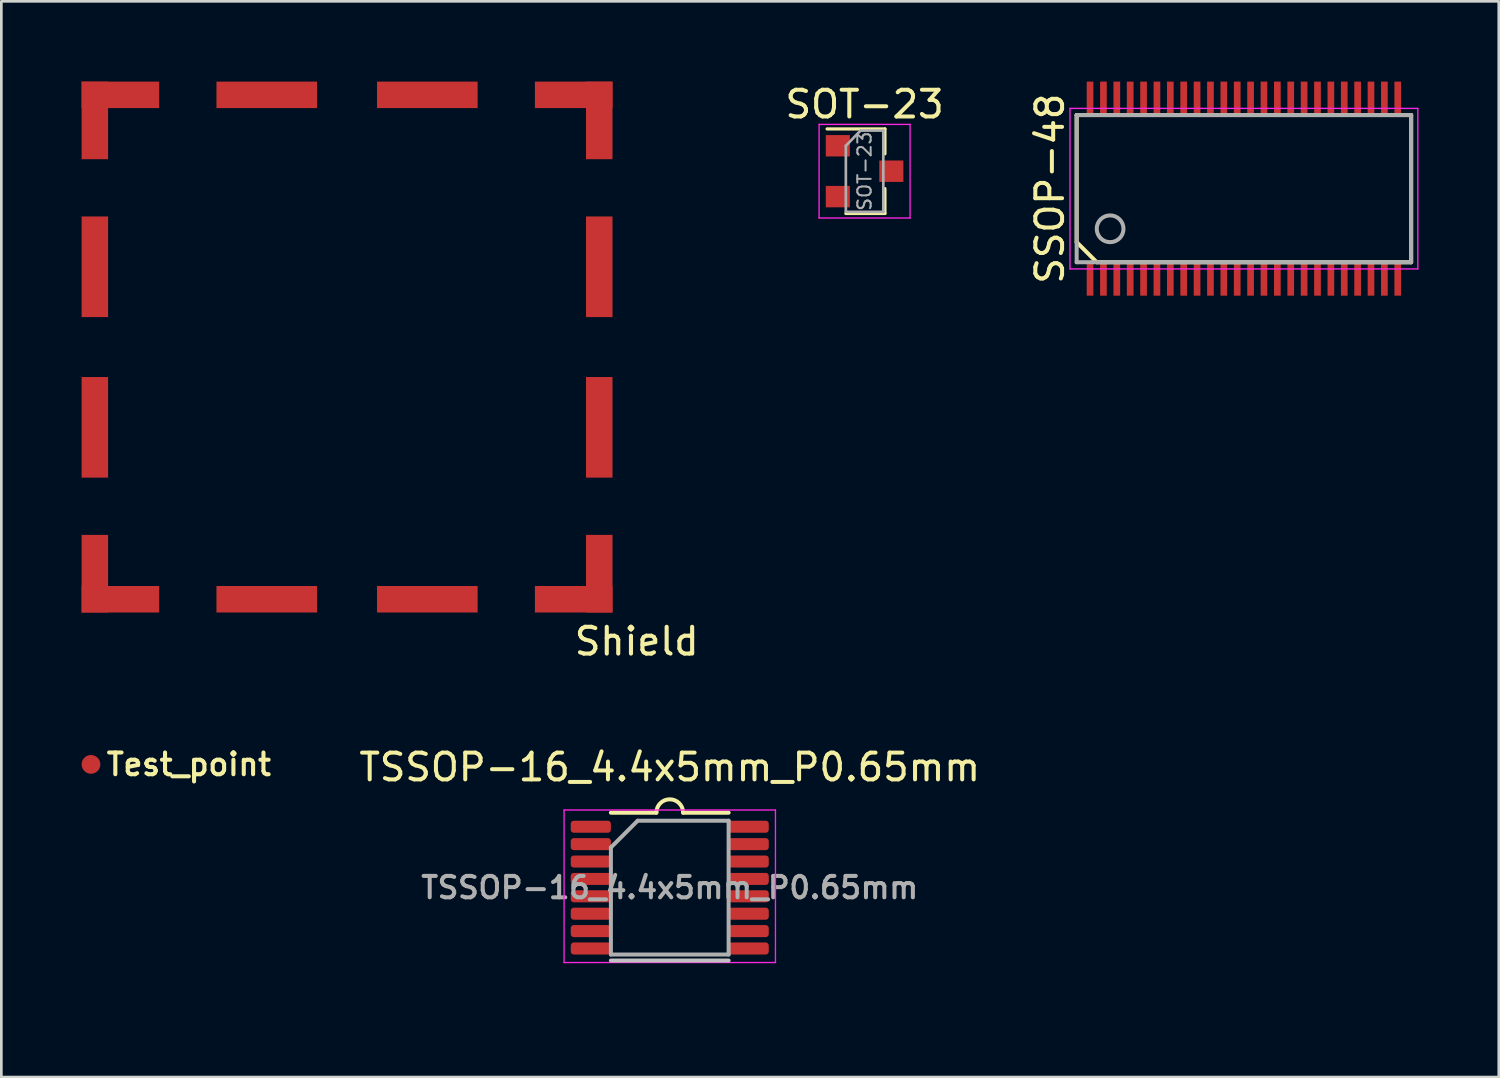
<source format=kicad_pcb>
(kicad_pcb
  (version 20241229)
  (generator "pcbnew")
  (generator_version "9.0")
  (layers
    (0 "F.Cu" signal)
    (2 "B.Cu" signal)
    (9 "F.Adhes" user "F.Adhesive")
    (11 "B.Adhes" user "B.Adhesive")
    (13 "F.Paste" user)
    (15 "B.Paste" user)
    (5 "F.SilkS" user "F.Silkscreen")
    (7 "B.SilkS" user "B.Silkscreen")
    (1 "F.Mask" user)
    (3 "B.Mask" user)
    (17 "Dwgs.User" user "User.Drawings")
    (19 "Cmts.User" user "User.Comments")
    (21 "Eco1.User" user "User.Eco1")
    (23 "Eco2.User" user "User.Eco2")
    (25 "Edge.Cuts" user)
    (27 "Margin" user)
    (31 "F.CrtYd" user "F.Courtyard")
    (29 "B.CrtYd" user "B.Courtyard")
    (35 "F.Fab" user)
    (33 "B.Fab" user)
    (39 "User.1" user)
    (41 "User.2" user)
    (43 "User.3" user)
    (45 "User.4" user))
  (footprint "TSSOP-16_4.4x5mm_P0.65mm"
    (layer "F.Cu")
    (at 21.98 30.122)
    (property "Reference" "TSSOP-16_4.4x5mm_P0.65mm" (at 0 -4.5 0) (layer "F.SilkS") (effects (font (size 1 1) (thickness 0.15))))
    (attr smd)
    (fp_line (start -2.2 -2.8) (end -0.5 -2.8) (stroke (width 0.15) (type solid)) (layer "F.SilkS"))
    (fp_line (start 0.5 -2.8) (end 2.2 -2.8) (stroke (width 0.15) (type solid)) (layer "F.SilkS"))
    (fp_arc (start -0.5 -2.8) (mid 0 -3.3) (end 0.5 -2.8) (stroke (width 0.15) (type solid)) (layer "F.SilkS"))
    (fp_line (start -2.2 2.725) (end 2.2 2.725) (stroke (width 0.15) (type solid)) (layer "Dwgs.User"))
    (fp_circle (center 0 -3.5) (end 0.08 -3) (stroke (width 0.15) (type solid)) (fill no) (layer "Eco1.User"))
    (fp_circle (center 0 3.5) (end 0.08 3) (stroke (width 0.15) (type solid)) (fill no) (layer "Eco1.User"))
    (fp_line (start -3.95 -2.9) (end -3.95 2.8) (stroke (width 0.05) (type solid)) (layer "F.CrtYd"))
    (fp_line (start -3.95 -2.9) (end 3.95 -2.9) (stroke (width 0.05) (type solid)) (layer "F.CrtYd"))
    (fp_line (start -3.95 2.8) (end 3.95 2.8) (stroke (width 0.05) (type solid)) (layer "F.CrtYd"))
    (fp_line (start 3.95 -2.9) (end 3.95 2.8) (stroke (width 0.05) (type solid)) (layer "F.CrtYd"))
    (fp_line (start -2.2 -1.5) (end -1.2 -2.5) (stroke (width 0.15) (type solid)) (layer "F.Fab"))
    (fp_line (start -2.2 2.5) (end -2.2 -1.5) (stroke (width 0.15) (type solid)) (layer "F.Fab"))
    (fp_line (start -1.2 -2.5) (end 2.2 -2.5) (stroke (width 0.15) (type solid)) (layer "F.Fab"))
    (fp_line (start 2.2 -2.5) (end 2.2 2.5) (stroke (width 0.15) (type solid)) (layer "F.Fab"))
    (fp_line (start 2.2 2.5) (end -2.2 2.5) (stroke (width 0.15) (type solid)) (layer "F.Fab"))
    (fp_text user "${REFERENCE}" (at 0 0 0) (layer "F.Fab") (effects (font (size 0.8 0.8) (thickness 0.15))))
    (pad "1" smd roundrect (at -2.95 -2.275) (size 1.5 0.45) (layers "F.Cu" "F.Mask" "F.Paste") (roundrect_rratio 0.25))
    (pad "2" smd roundrect (at -2.95 -1.625) (size 1.5 0.45) (layers "F.Cu" "F.Mask" "F.Paste") (roundrect_rratio 0.25))
    (pad "3" smd roundrect (at -2.95 -0.975) (size 1.5 0.45) (layers "F.Cu" "F.Mask" "F.Paste") (roundrect_rratio 0.25))
    (pad "4" smd roundrect (at -2.95 -0.325) (size 1.5 0.45) (layers "F.Cu" "F.Mask" "F.Paste") (roundrect_rratio 0.25))
    (pad "5" smd roundrect (at -2.95 0.325) (size 1.5 0.45) (layers "F.Cu" "F.Mask" "F.Paste") (roundrect_rratio 0.25))
    (pad "6" smd roundrect (at -2.95 0.975) (size 1.5 0.45) (layers "F.Cu" "F.Mask" "F.Paste") (roundrect_rratio 0.25))
    (pad "7" smd roundrect (at -2.95 1.625) (size 1.5 0.45) (layers "F.Cu" "F.Mask" "F.Paste") (roundrect_rratio 0.25))
    (pad "8" smd roundrect (at -2.95 2.275) (size 1.5 0.45) (layers "F.Cu" "F.Mask" "F.Paste") (roundrect_rratio 0.25))
    (pad "9" smd roundrect (at 2.95 2.275) (size 1.5 0.45) (layers "F.Cu" "F.Mask" "F.Paste") (roundrect_rratio 0.25))
    (pad "10" smd roundrect (at 2.95 1.625) (size 1.5 0.45) (layers "F.Cu" "F.Mask" "F.Paste") (roundrect_rratio 0.25))
    (pad "11" smd roundrect (at 2.95 0.975) (size 1.5 0.45) (layers "F.Cu" "F.Mask" "F.Paste") (roundrect_rratio 0.25))
    (pad "12" smd roundrect (at 2.95 0.325) (size 1.5 0.45) (layers "F.Cu" "F.Mask" "F.Paste") (roundrect_rratio 0.25))
    (pad "13" smd roundrect (at 2.95 -0.325) (size 1.5 0.45) (layers "F.Cu" "F.Mask" "F.Paste") (roundrect_rratio 0.25))
    (pad "14" smd roundrect (at 2.95 -0.975) (size 1.5 0.45) (layers "F.Cu" "F.Mask" "F.Paste") (roundrect_rratio 0.25))
    (pad "15" smd roundrect (at 2.95 -1.625) (size 1.5 0.45) (layers "F.Cu" "F.Mask" "F.Paste") (roundrect_rratio 0.25))
    (pad "16" smd roundrect (at 2.95 -2.275) (size 1.5 0.45) (layers "F.Cu" "F.Mask" "F.Paste") (roundrect_rratio 0.25)))
  (footprint "SOT-23"
    (layer "F.Cu")
    (at 29.261 3.348)
    (property "Reference" "SOT-23" (at 0 -2.5 0) (layer "F.SilkS") (effects (font (size 1 1) (thickness 0.15))))
    (attr smd)
    (fp_line (start 0.76 -1.58) (end -1.4 -1.58) (stroke (width 0.12) (type solid)) (layer "F.SilkS"))
    (fp_line (start 0.76 -1.58) (end 0.76 -0.65) (stroke (width 0.12) (type solid)) (layer "F.SilkS"))
    (fp_line (start 0.76 1.58) (end -0.7 1.58) (stroke (width 0.12) (type solid)) (layer "F.SilkS"))
    (fp_line (start 0.76 1.58) (end 0.76 0.65) (stroke (width 0.12) (type solid)) (layer "F.SilkS"))
    (fp_line (start -1.7 -1.75) (end 1.7 -1.75) (stroke (width 0.05) (type solid)) (layer "F.CrtYd"))
    (fp_line (start -1.7 1.75) (end -1.7 -1.75) (stroke (width 0.05) (type solid)) (layer "F.CrtYd"))
    (fp_line (start 1.7 -1.75) (end 1.7 1.75) (stroke (width 0.05) (type solid)) (layer "F.CrtYd"))
    (fp_line (start 1.7 1.75) (end -1.7 1.75) (stroke (width 0.05) (type solid)) (layer "F.CrtYd"))
    (fp_line (start -0.7 -0.95) (end -0.7 1.5) (stroke (width 0.1) (type solid)) (layer "F.Fab"))
    (fp_line (start -0.7 -0.95) (end -0.15 -1.52) (stroke (width 0.1) (type solid)) (layer "F.Fab"))
    (fp_line (start -0.7 1.52) (end 0.7 1.52) (stroke (width 0.1) (type solid)) (layer "F.Fab"))
    (fp_line (start -0.15 -1.52) (end 0.7 -1.52) (stroke (width 0.1) (type solid)) (layer "F.Fab"))
    (fp_line (start 0.7 -1.52) (end 0.7 1.52) (stroke (width 0.1) (type solid)) (layer "F.Fab"))
    (fp_text user "${REFERENCE}" (at 0 0 90) (layer "F.Fab") (effects (font (size 0.5 0.5) (thickness 0.075))))
    (pad "1" smd rect (at -1 -0.95) (size 0.9 0.8) (layers "F.Cu" "F.Mask" "F.Paste"))
    (pad "2" smd rect (at 1 0) (size 0.9 0.8) (layers "F.Cu" "F.Mask" "B.Adhes" "F.Paste"))
    (pad "3" smd rect (at -1 0.95) (size 0.9 0.8) (layers "F.Cu" "F.Mask" "F.Paste")))
  (footprint "SSOP-48"
    (layer "F.Cu")
    (at 43.437 4)
    (property "Reference" "SSOP-48" (at -7.25 0 90) (layer "F.SilkS") (effects (font (size 1 1) (thickness 0.15))))
    (attr smd)
    (fp_line (start -6.25 -2.75) (end 6.25 -2.75) (stroke (width 0.15) (type solid)) (layer "F.SilkS"))
    (fp_line (start -6.25 2) (end -6.25 -2.75) (stroke (width 0.15) (type solid)) (layer "F.SilkS"))
    (fp_line (start -5.5 2.75) (end -6.25 2) (stroke (width 0.15) (type solid)) (layer "F.SilkS"))
    (fp_line (start 6.25 -2.75) (end 6.25 2.75) (stroke (width 0.15) (type solid)) (layer "F.SilkS"))
    (fp_line (start 6.25 2.75) (end -5.5 2.75) (stroke (width 0.15) (type solid)) (layer "F.SilkS"))
    (fp_line (start -6.5 -3) (end 6.5 -3) (stroke (width 0.05) (type solid)) (layer "F.CrtYd"))
    (fp_line (start -6.5 3) (end -6.5 -3) (stroke (width 0.05) (type solid)) (layer "F.CrtYd"))
    (fp_line (start 6.5 -3) (end 6.5 3) (stroke (width 0.05) (type solid)) (layer "F.CrtYd"))
    (fp_line (start 6.5 3) (end -6.5 3) (stroke (width 0.05) (type solid)) (layer "F.CrtYd"))
    (fp_line (start -6.25 -2.75) (end -6.25 2.75) (stroke (width 0.15) (type solid)) (layer "F.Fab"))
    (fp_line (start -6.25 2.75) (end 6.25 2.75) (stroke (width 0.15) (type solid)) (layer "F.Fab"))
    (fp_line (start 6.25 -2.75) (end -6.25 -2.75) (stroke (width 0.15) (type solid)) (layer "F.Fab"))
    (fp_line (start 6.25 2.75) (end 6.25 -2.75) (stroke (width 0.15) (type solid)) (layer "F.Fab"))
    (fp_circle (center -5 1.5) (end -5.5 1.5) (stroke (width 0.15) (type solid)) (fill no) (layer "F.Fab"))
    (pad "1" smd rect (at -5.75 3.375) (size 0.25 1.25) (layers "F.Cu" "F.Mask" "F.Paste"))
    (pad "2" smd rect (at -5.25 3.375) (size 0.25 1.25) (layers "F.Cu" "F.Mask" "F.Paste"))
    (pad "3" smd rect (at -4.75 3.375) (size 0.25 1.25) (layers "F.Cu" "F.Mask" "F.Paste"))
    (pad "4" smd rect (at -4.25 3.375) (size 0.25 1.25) (layers "F.Cu" "F.Mask" "F.Paste"))
    (pad "5" smd rect (at -3.75 3.375) (size 0.25 1.25) (layers "F.Cu" "F.Mask" "F.Paste"))
    (pad "6" smd rect (at -3.25 3.375) (size 0.25 1.25) (layers "F.Cu" "F.Mask" "F.Paste"))
    (pad "7" smd rect (at -2.75 3.375) (size 0.25 1.25) (layers "F.Cu" "F.Mask" "F.Paste"))
    (pad "8" smd rect (at -2.25 3.375) (size 0.25 1.25) (layers "F.Cu" "F.Mask" "F.Paste"))
    (pad "9" smd rect (at -1.75 3.375) (size 0.25 1.25) (layers "F.Cu" "F.Mask" "F.Paste"))
    (pad "10" smd rect (at -1.25 3.375) (size 0.25 1.25) (layers "F.Cu" "F.Mask" "F.Paste"))
    (pad "11" smd rect (at -0.75 3.375) (size 0.25 1.25) (layers "F.Cu" "F.Mask" "F.Paste"))
    (pad "12" smd rect (at -0.25 3.375) (size 0.25 1.25) (layers "F.Cu" "F.Mask" "F.Paste"))
    (pad "13" smd rect (at 0.25 3.375) (size 0.25 1.25) (layers "F.Cu" "F.Mask" "F.Paste"))
    (pad "14" smd rect (at 0.75 3.375) (size 0.25 1.25) (layers "F.Cu" "F.Mask" "F.Paste"))
    (pad "15" smd rect (at 1.25 3.375) (size 0.25 1.25) (layers "F.Cu" "F.Mask" "F.Paste"))
    (pad "16" smd rect (at 1.75 3.375) (size 0.25 1.25) (layers "F.Cu" "F.Mask" "F.Paste"))
    (pad "17" smd rect (at 2.25 3.375) (size 0.25 1.25) (layers "F.Cu" "F.Mask" "F.Paste"))
    (pad "18" smd rect (at 2.75 3.375) (size 0.25 1.25) (layers "F.Cu" "F.Mask" "F.Paste"))
    (pad "19" smd rect (at 3.25 3.375) (size 0.25 1.25) (layers "F.Cu" "F.Mask" "F.Paste"))
    (pad "20" smd rect (at 3.75 3.375) (size 0.25 1.25) (layers "F.Cu" "F.Mask" "F.Paste"))
    (pad "21" smd rect (at 4.25 3.375) (size 0.25 1.25) (layers "F.Cu" "F.Mask" "F.Paste"))
    (pad "22" smd rect (at 4.75 3.375) (size 0.25 1.25) (layers "F.Cu" "F.Mask" "F.Paste"))
    (pad "23" smd rect (at 5.25 3.375) (size 0.25 1.25) (layers "F.Cu" "F.Mask" "F.Paste"))
    (pad "24" smd rect (at 5.75 3.375) (size 0.25 1.25) (layers "F.Cu" "F.Mask" "F.Paste"))
    (pad "25" smd rect (at 5.75 -3.375) (size 0.25 1.25) (layers "F.Cu" "F.Mask" "F.Paste"))
    (pad "26" smd rect (at 5.25 -3.375) (size 0.25 1.25) (layers "F.Cu" "F.Mask" "F.Paste"))
    (pad "27" smd rect (at 4.75 -3.375) (size 0.25 1.25) (layers "F.Cu" "F.Mask" "F.Paste"))
    (pad "28" smd rect (at 4.25 -3.375) (size 0.25 1.25) (layers "F.Cu" "F.Mask" "F.Paste"))
    (pad "29" smd rect (at 3.75 -3.375) (size 0.25 1.25) (layers "F.Cu" "F.Mask" "F.Paste"))
    (pad "30" smd rect (at 3.25 -3.375) (size 0.25 1.25) (layers "F.Cu" "F.Mask" "F.Paste"))
    (pad "31" smd rect (at 2.75 -3.375) (size 0.25 1.25) (layers "F.Cu" "F.Mask" "F.Paste"))
    (pad "32" smd rect (at 2.25 -3.375) (size 0.25 1.25) (layers "F.Cu" "F.Mask" "F.Paste"))
    (pad "33" smd rect (at 1.75 -3.375) (size 0.25 1.25) (layers "F.Cu" "F.Mask" "F.Paste"))
    (pad "34" smd rect (at 1.25 -3.375) (size 0.25 1.25) (layers "F.Cu" "F.Mask" "F.Paste"))
    (pad "35" smd rect (at 0.75 -3.375) (size 0.25 1.25) (layers "F.Cu" "F.Mask" "F.Paste"))
    (pad "36" smd rect (at 0.25 -3.375) (size 0.25 1.25) (layers "F.Cu" "F.Mask" "F.Paste"))
    (pad "37" smd rect (at -0.25 -3.375) (size 0.25 1.25) (layers "F.Cu" "F.Mask" "F.Paste"))
    (pad "38" smd rect (at -0.75 -3.375) (size 0.25 1.25) (layers "F.Cu" "F.Mask" "F.Paste"))
    (pad "39" smd rect (at -1.25 -3.375) (size 0.25 1.25) (layers "F.Cu" "F.Mask" "F.Paste"))
    (pad "40" smd rect (at -1.75 -3.375) (size 0.25 1.25) (layers "F.Cu" "F.Mask" "F.Paste"))
    (pad "41" smd rect (at -2.25 -3.375) (size 0.25 1.25) (layers "F.Cu" "F.Mask" "F.Paste"))
    (pad "42" smd rect (at -2.75 -3.375) (size 0.25 1.25) (layers "F.Cu" "F.Mask" "F.Paste"))
    (pad "43" smd rect (at -3.25 -3.375) (size 0.25 1.25) (layers "F.Cu" "F.Mask" "F.Paste"))
    (pad "44" smd rect (at -3.75 -3.375) (size 0.25 1.25) (layers "F.Cu" "F.Mask" "F.Paste"))
    (pad "45" smd rect (at -4.25 -3.375) (size 0.25 1.25) (layers "F.Cu" "F.Mask" "F.Paste"))
    (pad "46" smd rect (at -4.75 -3.375) (size 0.25 1.25) (layers "F.Cu" "F.Mask" "F.Paste"))
    (pad "47" smd rect (at -5.25 -3.375) (size 0.25 1.25) (layers "F.Cu" "F.Mask" "F.Paste"))
    (pad "48" smd rect (at -5.75 -3.375) (size 0.25 1.25) (layers "F.Cu" "F.Mask" "F.Paste")))
  (footprint "Shield"
    (layer "F.Cu")
    (at 9.92 9.92)
    (property "Reference" "Shield" (at 10.825 11 0) (layer "F.SilkS") (effects (font (size 1 1) (thickness 0.153))))
    (attr through_hole)
    (pad "1" smd rect (at -9.425 -8.47) (size 0.99 2.9) (layers "F.Cu" "F.Mask" "F.Paste"))
    (pad "1" smd rect (at -9.425 -3) (size 0.99 3.76) (layers "F.Cu" "F.Mask" "F.Paste"))
    (pad "1" smd rect (at -9.425 3) (size 0.99 3.76) (layers "F.Cu" "F.Mask" "F.Paste"))
    (pad "1" smd rect (at -9.425 8.47) (size 0.99 2.9) (layers "F.Cu" "F.Mask" "F.Paste"))
    (pad "1" smd rect (at -8.47 -9.425 270) (size 0.99 2.9) (layers "F.Cu" "F.Mask" "F.Paste"))
    (pad "1" smd rect (at -8.47 9.425 90) (size 0.99 2.9) (layers "F.Cu" "F.Mask" "F.Paste"))
    (pad "1" smd rect (at -3 -9.425 90) (size 0.99 3.76) (layers "F.Cu" "F.Mask" "F.Paste"))
    (pad "1" smd rect (at -3 9.425 90) (size 0.99 3.76) (layers "F.Cu" "F.Mask" "F.Paste"))
    (pad "1" smd rect (at 3 -9.425 90) (size 0.99 3.76) (layers "F.Cu" "F.Mask" "F.Paste"))
    (pad "1" smd rect (at 3 9.425 90) (size 0.99 3.76) (layers "F.Cu" "F.Mask" "F.Paste"))
    (pad "1" smd rect (at 8.47 -9.425 270) (size 0.99 2.9) (layers "F.Cu" "F.Mask" "F.Paste"))
    (pad "1" smd rect (at 8.47 9.425 90) (size 0.99 2.9) (layers "F.Cu" "F.Mask" "F.Paste"))
    (pad "1" smd rect (at 9.425 -8.47 180) (size 0.99 2.9) (layers "F.Cu" "F.Mask" "F.Paste"))
    (pad "1" smd rect (at 9.425 -3) (size 0.99 3.76) (layers "F.Cu" "F.Mask" "F.Paste"))
    (pad "1" smd rect (at 9.425 3) (size 0.99 3.76) (layers "F.Cu" "F.Mask" "F.Paste"))
    (pad "1" smd rect (at 9.425 8.47 180) (size 0.99 2.9) (layers "F.Cu" "F.Mask" "F.Paste")))
  (footprint "Test_point"
    (layer "F.Cu")
    (at 0.35 25.516)
    (property "Reference" "Test_point" (at 0.5 0 0) (layer "F.SilkS") (effects (font (size 0.813 0.813) (thickness 0.152)) (justify left)))
    (attr through_hole)
    (pad "1" smd circle (at 0 0) (size 0.7 0.7) (layers "F.Cu" "F.Mask" "F.Paste")))
  (gr_rect
    (start -3 -3)
    (end 52.962 37.203)
    (stroke (width 0.1) (type default))
    (fill no)
    (layer "Edge.Cuts")))
</source>
